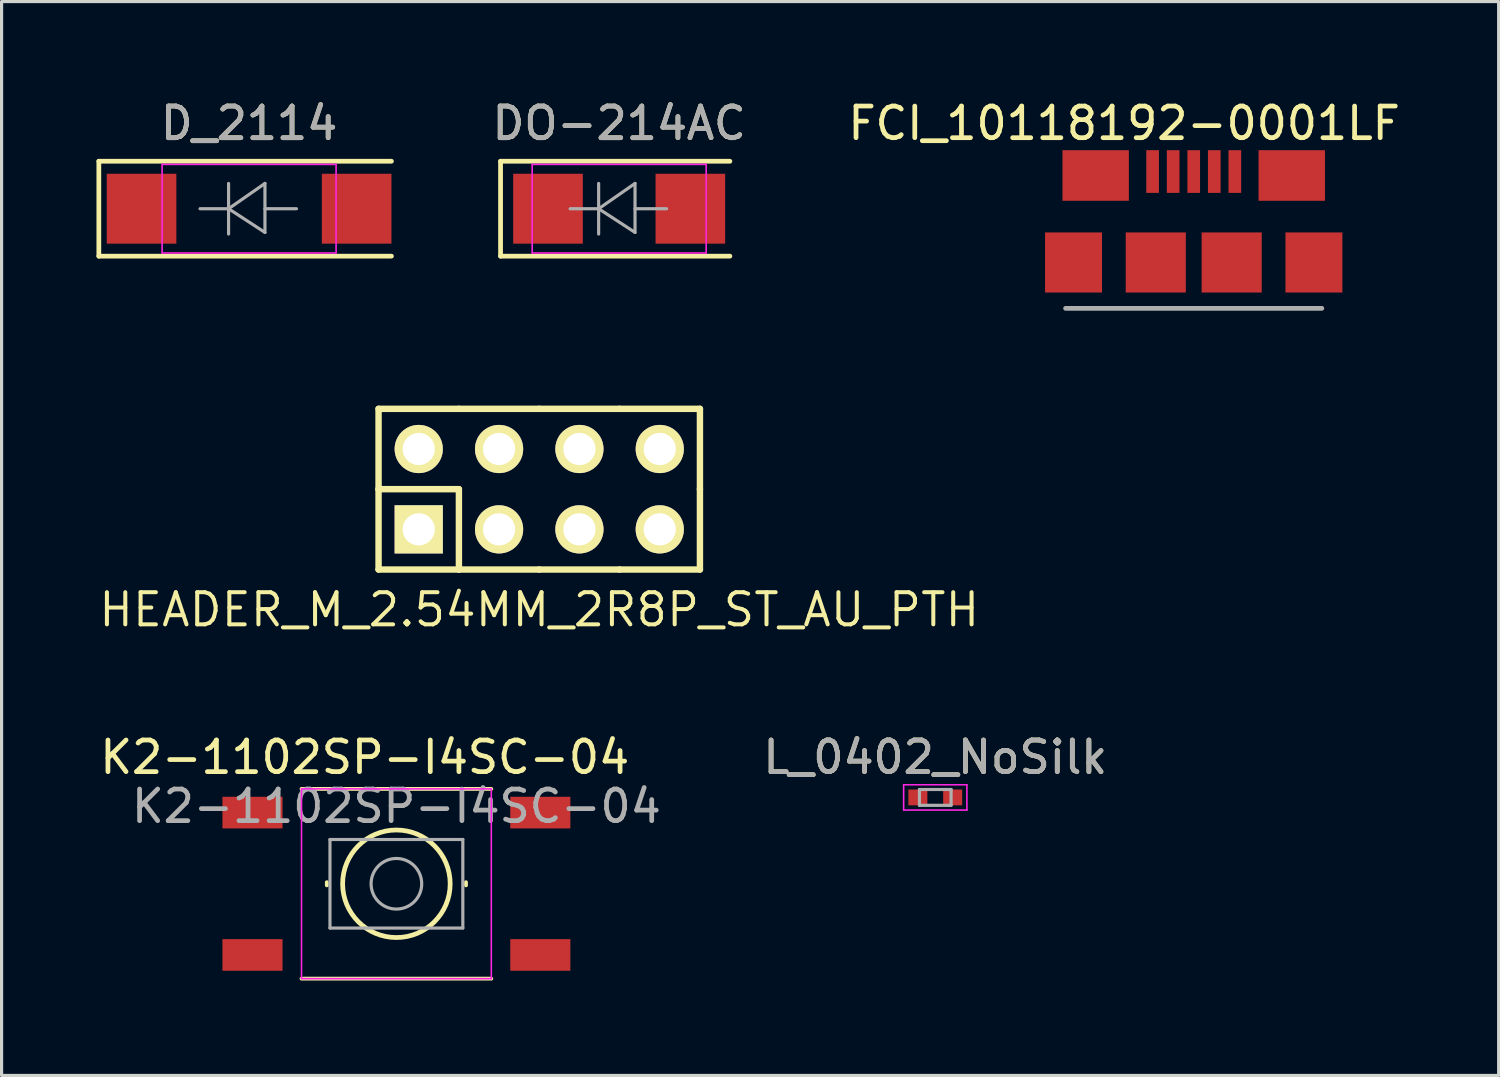
<source format=kicad_pcb>
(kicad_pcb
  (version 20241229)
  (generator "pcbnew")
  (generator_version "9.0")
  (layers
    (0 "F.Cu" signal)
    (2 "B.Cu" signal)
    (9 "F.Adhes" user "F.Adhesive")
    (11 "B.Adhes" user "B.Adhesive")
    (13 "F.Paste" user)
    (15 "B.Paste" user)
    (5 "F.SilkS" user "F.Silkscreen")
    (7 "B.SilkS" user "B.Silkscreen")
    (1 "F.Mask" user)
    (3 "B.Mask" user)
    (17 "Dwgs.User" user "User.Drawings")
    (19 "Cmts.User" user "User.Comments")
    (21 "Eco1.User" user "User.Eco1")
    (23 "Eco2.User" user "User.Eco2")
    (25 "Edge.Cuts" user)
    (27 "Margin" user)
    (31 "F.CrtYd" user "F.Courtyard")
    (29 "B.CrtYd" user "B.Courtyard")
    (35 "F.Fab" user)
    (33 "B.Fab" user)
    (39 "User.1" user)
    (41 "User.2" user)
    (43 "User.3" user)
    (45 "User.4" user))
  (footprint "D_2114"
    (layer "F.Cu")
    (at 4.825 3.548)
    (property "Reference" "D_2114" (at 0 -2.7 0) (layer "F.SilkS") (effects (font (size 1 1) (thickness 0.15))))
    (attr smd)
    (fp_line (start -4.75 -1.5) (end -4.75 1.5) (stroke (width 0.15) (type solid)) (layer "F.SilkS"))
    (fp_line (start -4.75 1.5) (end 4.5 1.5) (stroke (width 0.15) (type solid)) (layer "F.SilkS"))
    (fp_line (start 4.5 -1.5) (end -4.75 -1.5) (stroke (width 0.15) (type solid)) (layer "F.SilkS"))
    (fp_line (start -2.75 -1.4) (end 2.75 -1.4) (stroke (width 0.05) (type solid)) (layer "F.CrtYd"))
    (fp_line (start -2.75 1.4) (end -2.75 -1.4) (stroke (width 0.05) (type solid)) (layer "F.CrtYd"))
    (fp_line (start 2.75 -1.4) (end 2.75 1.4) (stroke (width 0.05) (type solid)) (layer "F.CrtYd"))
    (fp_line (start 2.75 1.4) (end -2.75 1.4) (stroke (width 0.05) (type solid)) (layer "F.CrtYd"))
    (fp_line (start -0.649 -0.799) (end -0.649 0.801) (stroke (width 0.1) (type solid)) (layer "F.Fab"))
    (fp_line (start -0.649 0.001) (end -1.551 0.001) (stroke (width 0.1) (type solid)) (layer "F.Fab"))
    (fp_line (start -0.649 0.001) (end 0.501 -0.799) (stroke (width 0.1) (type solid)) (layer "F.Fab"))
    (fp_line (start -0.649 0.001) (end 0.501 0.75) (stroke (width 0.1) (type solid)) (layer "F.Fab"))
    (fp_line (start 0.501 0.001) (end 1.499 0.001) (stroke (width 0.1) (type solid)) (layer "F.Fab"))
    (fp_line (start 0.501 0.75) (end 0.501 -0.799) (stroke (width 0.1) (type solid)) (layer "F.Fab"))
    (fp_text user "${REFERENCE}" (at 0 -2.7 0) (layer "F.Fab") (effects (font (size 1 1) (thickness 0.15))))
    (pad "1" smd rect (at -3.4 0) (size 2.2 2.21) (layers "F.Cu" "F.Mask" "F.Paste"))
    (pad "2" smd rect (at 3.4 0) (size 2.2 2.21) (layers "F.Cu" "F.Mask" "F.Paste")))
  (footprint "L_0402_NoSilk"
    (layer "F.Cu")
    (at 26.518 22.16)
    (property "Reference" "L_0402_NoSilk" (at 0 -1.27 0) (layer "F.SilkS") (effects (font (size 1 1) (thickness 0.15))))
    (attr smd)
    (fp_line (start -1 -0.4) (end -1 0.4) (stroke (width 0.05) (type solid)) (layer "F.CrtYd"))
    (fp_line (start -1 -0.4) (end 1 -0.4) (stroke (width 0.05) (type solid)) (layer "F.CrtYd"))
    (fp_line (start 1 0.4) (end -1 0.4) (stroke (width 0.05) (type solid)) (layer "F.CrtYd"))
    (fp_line (start 1 0.4) (end 1 -0.4) (stroke (width 0.05) (type solid)) (layer "F.CrtYd"))
    (fp_line (start -0.5 -0.25) (end 0.5 -0.25) (stroke (width 0.1) (type solid)) (layer "F.Fab"))
    (fp_line (start -0.5 0.25) (end -0.5 -0.25) (stroke (width 0.1) (type solid)) (layer "F.Fab"))
    (fp_line (start 0.5 -0.25) (end 0.5 0.25) (stroke (width 0.1) (type solid)) (layer "F.Fab"))
    (fp_line (start 0.5 0.25) (end -0.5 0.25) (stroke (width 0.1) (type solid)) (layer "F.Fab"))
    (fp_text user "${REFERENCE}" (at 0 -1.27 0) (layer "F.Fab") (effects (font (size 1 1) (thickness 0.15))))
    (pad "1" smd rect (at -0.55 0) (size 0.6 0.5) (layers "F.Cu" "F.Mask" "F.Paste"))
    (pad "2" smd rect (at 0.55 0) (size 0.6 0.5) (layers "F.Cu" "F.Mask" "F.Paste")))
  (footprint "DO-214AC"
    (layer "F.Cu")
    (at 16.525 3.548)
    (property "Reference" "DO-214AC" (at 0 -2.7 0) (layer "F.SilkS") (effects (font (size 1 1) (thickness 0.15))))
    (attr smd)
    (fp_line (start -3.75 -1.5) (end -3.75 1.5) (stroke (width 0.15) (type solid)) (layer "F.SilkS"))
    (fp_line (start -3.75 -1.5) (end 3.5 -1.5) (stroke (width 0.15) (type solid)) (layer "F.SilkS"))
    (fp_line (start -3.75 1.5) (end 3.5 1.5) (stroke (width 0.15) (type solid)) (layer "F.SilkS"))
    (fp_line (start -2.75 -1.4) (end 2.75 -1.4) (stroke (width 0.05) (type solid)) (layer "F.CrtYd"))
    (fp_line (start -2.75 1.4) (end -2.75 -1.4) (stroke (width 0.05) (type solid)) (layer "F.CrtYd"))
    (fp_line (start 2.75 -1.4) (end 2.75 1.4) (stroke (width 0.05) (type solid)) (layer "F.CrtYd"))
    (fp_line (start 2.75 1.4) (end -2.75 1.4) (stroke (width 0.05) (type solid)) (layer "F.CrtYd"))
    (fp_line (start -0.649 -0.799) (end -0.649 0.801) (stroke (width 0.1) (type solid)) (layer "F.Fab"))
    (fp_line (start -0.649 0.001) (end -1.551 0.001) (stroke (width 0.1) (type solid)) (layer "F.Fab"))
    (fp_line (start -0.649 0.001) (end 0.501 -0.799) (stroke (width 0.1) (type solid)) (layer "F.Fab"))
    (fp_line (start -0.649 0.001) (end 0.501 0.75) (stroke (width 0.1) (type solid)) (layer "F.Fab"))
    (fp_line (start 0.501 0.001) (end 1.499 0.001) (stroke (width 0.1) (type solid)) (layer "F.Fab"))
    (fp_line (start 0.501 0.75) (end 0.501 -0.799) (stroke (width 0.1) (type solid)) (layer "F.Fab"))
    (fp_text user "${REFERENCE}" (at 0 -2.7 0) (layer "F.Fab") (effects (font (size 1 1) (thickness 0.15))))
    (pad "1" smd rect (at -2.25 0) (size 2.2 2.21) (layers "F.Cu" "F.Mask" "F.Paste"))
    (pad "2" smd rect (at 2.25 0) (size 2.2 2.21) (layers "F.Cu" "F.Mask" "F.Paste")))
  (footprint "K2-1102SP-I4SC-04"
    (layer "F.Cu")
    (at 9.482 24.89)
    (property "Reference" "K2-1102SP-I4SC-04" (at -1 -4 0) (layer "F.SilkS") (effects (font (size 1 1) (thickness 0.15))))
    (attr smd)
    (fp_line (start -3 3) (end 3 3) (stroke (width 0.12) (type solid)) (layer "F.SilkS"))
    (fp_line (start -2.2 0.05) (end -2.2 -0.05) (stroke (width 0.12) (type solid)) (layer "F.SilkS"))
    (fp_line (start 2.2 0.05) (end 2.2 -0.05) (stroke (width 0.12) (type solid)) (layer "F.SilkS"))
    (fp_line (start 3 -3) (end -3 -3) (stroke (width 0.12) (type solid)) (layer "F.SilkS"))
    (fp_circle (center 0 0) (end 0 1.7) (stroke (width 0.15) (type solid)) (fill no) (layer "F.SilkS"))
    (fp_line (start -3 -3) (end 3 -3) (stroke (width 0.05) (type solid)) (layer "F.CrtYd"))
    (fp_line (start -3 3) (end -3 -3) (stroke (width 0.05) (type solid)) (layer "F.CrtYd"))
    (fp_line (start 3 -3) (end 3 3) (stroke (width 0.05) (type solid)) (layer "F.CrtYd"))
    (fp_line (start 3 3) (end -3 3) (stroke (width 0.05) (type solid)) (layer "F.CrtYd"))
    (fp_line (start -2.1 -1.4) (end 2.1 -1.4) (stroke (width 0.1) (type solid)) (layer "F.Fab"))
    (fp_line (start -2.1 1.4) (end -2.1 -1.4) (stroke (width 0.1) (type solid)) (layer "F.Fab"))
    (fp_line (start 2.1 -1.4) (end 2.1 1.4) (stroke (width 0.1) (type solid)) (layer "F.Fab"))
    (fp_line (start 2.1 1.4) (end -2.1 1.4) (stroke (width 0.1) (type solid)) (layer "F.Fab"))
    (fp_circle (center 0 0) (end 0 0.8) (stroke (width 0.1) (type solid)) (fill no) (layer "F.Fab"))
    (fp_text user "${REFERENCE}" (at 0 -2.45 0) (layer "F.Fab") (effects (font (size 1 1) (thickness 0.15))))
    (pad "1" smd rect (at -4.55 -2.25) (size 1.9 1) (layers "F.Cu" "F.Mask" "F.Paste"))
    (pad "1" smd rect (at 4.55 -2.25) (size 1.9 1) (layers "F.Cu" "F.Mask" "F.Paste"))
    (pad "2" smd rect (at -4.55 2.25) (size 1.9 1) (layers "F.Cu" "F.Mask" "F.Paste"))
    (pad "2" smd rect (at 4.55 2.25) (size 1.9 1) (layers "F.Cu" "F.Mask" "F.Paste")))
  (footprint "FCI_10118192-0001LF"
    (layer "F.Cu")
    (at 34.689 5.248)
    (property "Reference" "FCI_10118192-0001LF" (at -2.2 -4.4 0) (layer "F.SilkS") (effects (font (size 1 1) (thickness 0.15))))
    (attr through_hole)
    (fp_line (start 4.05 1.45) (end -4.05 1.45) (stroke (width 0.15) (type solid)) (layer "F.Fab"))
    (pad "1" smd rect (at -1.3 -2.875) (size 0.4 1.35) (layers "F.Cu" "F.Mask" "F.Paste"))
    (pad "2" smd rect (at -0.65 -2.875) (size 0.4 1.35) (layers "F.Cu" "F.Mask" "F.Paste"))
    (pad "3" smd rect (at 0 -2.875) (size 0.4 1.35) (layers "F.Cu" "F.Mask" "F.Paste"))
    (pad "4" smd rect (at 0.65 -2.875) (size 0.4 1.35) (layers "F.Cu" "F.Mask" "F.Paste"))
    (pad "5" smd rect (at 1.3 -2.875) (size 0.4 1.35) (layers "F.Cu" "F.Mask" "F.Paste"))
    (pad "6" smd rect (at -3.1 -2.75) (size 2.1 1.6) (layers "F.Cu" "F.Mask" "F.Paste"))
    (pad "6" smd rect (at 3.1 -2.75) (size 2.1 1.6) (layers "F.Cu" "F.Mask" "F.Paste"))
    (pad "7" smd rect (at -3.8 0) (size 1.8 1.9) (layers "F.Cu" "F.Mask" "F.Paste"))
    (pad "7" smd rect (at -1.2 0) (size 1.9 1.9) (layers "F.Cu" "F.Mask" "F.Paste"))
    (pad "7" smd rect (at 1.2 0) (size 1.9 1.9) (layers "F.Cu" "F.Mask" "F.Paste"))
    (pad "7" smd rect (at 3.8 0) (size 1.8 1.9) (layers "F.Cu" "F.Mask" "F.Paste")))
  (footprint "HEADER_M_2.54MM_2R8P_ST_AU_PTH"
    (layer "F.Cu")
    (at 13.998 12.415)
    (property "Reference" "HEADER_M_2.54MM_2R8P_ST_AU_PTH" (at 0 3.81 0) (layer "F.SilkS") (effects (font (size 1.016 1.016) (thickness 0.127))))
    (attr through_hole)
    (fp_line (start -5.08 -2.54) (end -2.54 -2.54) (stroke (width 0.203) (type solid)) (layer "F.SilkS"))
    (fp_line (start -5.08 0) (end -5.08 -2.54) (stroke (width 0.203) (type solid)) (layer "F.SilkS"))
    (fp_line (start -5.08 0) (end -2.54 0) (stroke (width 0.203) (type solid)) (layer "F.SilkS"))
    (fp_line (start -5.08 2.54) (end -5.08 0) (stroke (width 0.203) (type solid)) (layer "F.SilkS"))
    (fp_line (start -5.08 2.54) (end -2.54 2.54) (stroke (width 0.203) (type solid)) (layer "F.SilkS"))
    (fp_line (start -2.54 -2.54) (end 0 -2.54) (stroke (width 0.203) (type solid)) (layer "F.SilkS"))
    (fp_line (start -2.54 0) (end -2.54 2.54) (stroke (width 0.203) (type solid)) (layer "F.SilkS"))
    (fp_line (start -2.54 2.54) (end 0 2.54) (stroke (width 0.203) (type solid)) (layer "F.SilkS"))
    (fp_line (start 0 -2.54) (end 2.54 -2.54) (stroke (width 0.203) (type solid)) (layer "F.SilkS"))
    (fp_line (start 0 2.54) (end 2.54 2.54) (stroke (width 0.203) (type solid)) (layer "F.SilkS"))
    (fp_line (start 2.54 -2.54) (end 5.08 -2.54) (stroke (width 0.203) (type solid)) (layer "F.SilkS"))
    (fp_line (start 2.54 2.54) (end 5.08 2.54) (stroke (width 0.203) (type solid)) (layer "F.SilkS"))
    (fp_line (start 5.08 -2.54) (end 5.08 0) (stroke (width 0.203) (type solid)) (layer "F.SilkS"))
    (fp_line (start 5.08 0) (end 5.08 2.54) (stroke (width 0.203) (type solid)) (layer "F.SilkS"))
    (pad "1" thru_hole rect (at -3.81 1.27) (size 1.524 1.524) (drill 1.016) (layers "*.Cu" "*.Mask" "F.SilkS"))
    (pad "2" thru_hole circle (at -3.81 -1.27) (size 1.524 1.524) (drill 1.016) (layers "*.Cu" "*.Mask" "F.SilkS"))
    (pad "3" thru_hole circle (at -1.27 1.27) (size 1.524 1.524) (drill 1.016) (layers "*.Cu" "*.Mask" "F.SilkS"))
    (pad "4" thru_hole circle (at -1.27 -1.27) (size 1.524 1.524) (drill 1.016) (layers "*.Cu" "*.Mask" "F.SilkS"))
    (pad "5" thru_hole circle (at 1.27 1.27) (size 1.524 1.524) (drill 1.016) (layers "*.Cu" "*.Mask" "F.SilkS"))
    (pad "6" thru_hole circle (at 1.27 -1.27) (size 1.524 1.524) (drill 1.016) (layers "*.Cu" "*.Mask" "F.SilkS"))
    (pad "7" thru_hole circle (at 3.81 1.27) (size 1.524 1.524) (drill 1.016) (layers "*.Cu" "*.Mask" "F.SilkS"))
    (pad "8" thru_hole circle (at 3.81 -1.27) (size 1.524 1.524) (drill 1.016) (layers "*.Cu" "*.Mask" "F.SilkS")))
  (gr_rect
    (start -3 -3)
    (end 44.329 30.95)
    (stroke (width 0.1) (type default))
    (fill no)
    (layer "Edge.Cuts")))
</source>
